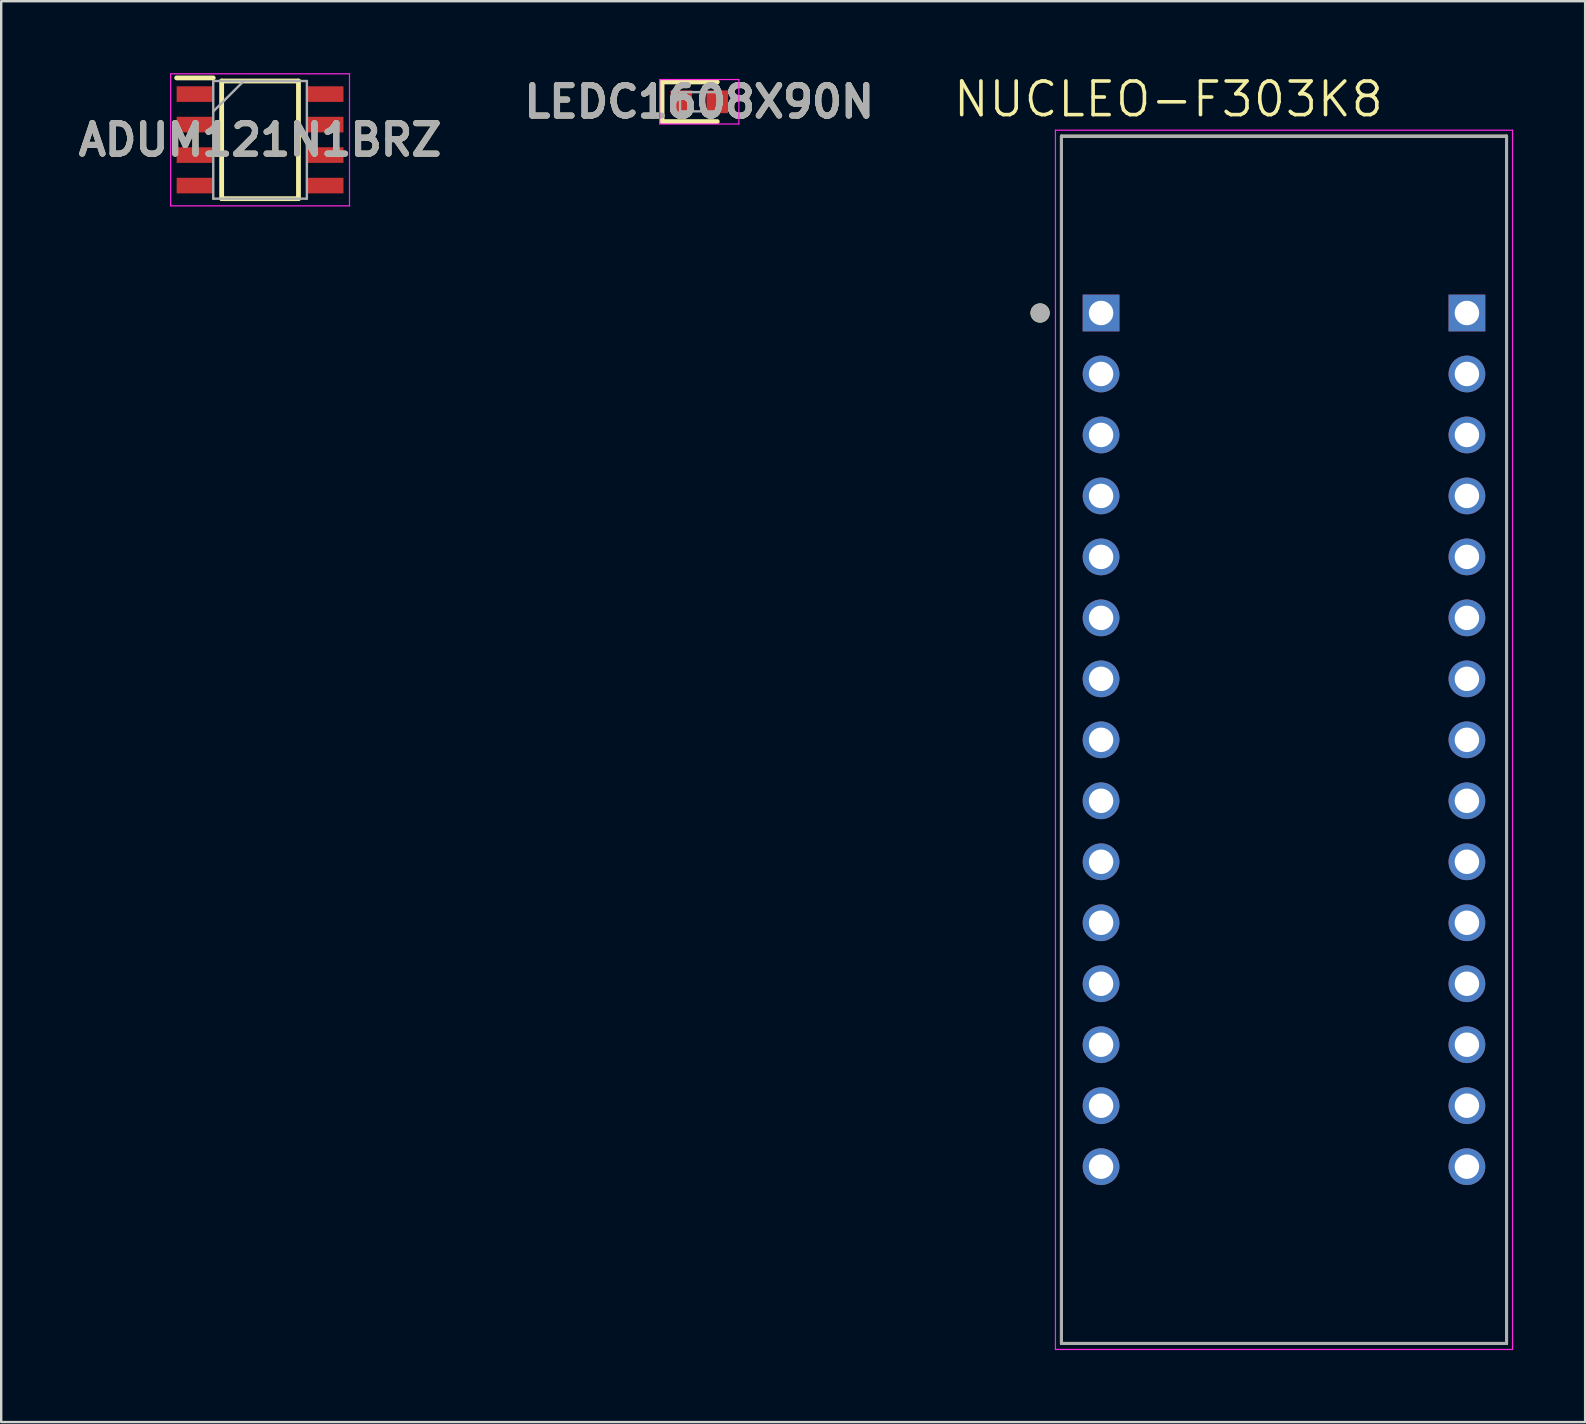
<source format=kicad_pcb>
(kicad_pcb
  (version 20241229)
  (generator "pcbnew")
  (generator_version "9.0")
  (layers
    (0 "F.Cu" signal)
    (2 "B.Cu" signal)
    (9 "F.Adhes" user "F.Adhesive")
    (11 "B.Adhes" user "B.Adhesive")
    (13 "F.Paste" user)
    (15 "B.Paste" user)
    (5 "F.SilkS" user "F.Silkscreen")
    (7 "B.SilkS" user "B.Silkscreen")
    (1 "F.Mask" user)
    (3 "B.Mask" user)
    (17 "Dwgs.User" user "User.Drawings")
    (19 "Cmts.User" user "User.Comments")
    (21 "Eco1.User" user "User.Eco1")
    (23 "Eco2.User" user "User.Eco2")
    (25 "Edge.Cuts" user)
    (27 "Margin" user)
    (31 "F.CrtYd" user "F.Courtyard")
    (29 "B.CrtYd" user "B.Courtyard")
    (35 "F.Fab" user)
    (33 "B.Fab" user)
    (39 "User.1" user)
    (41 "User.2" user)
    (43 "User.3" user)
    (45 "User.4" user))
  (footprint "ADUM121N1BRZ"
    (layer "F.Cu")
    (at 7.783 2.775)
    (property "Reference" "ADUM121N1BRZ" (at 0 0 0) (layer "F.SilkS") (effects (font (size 1.27 1.27) (thickness 0.254))))
    (attr smd)
    (fp_line (start -3.475 -2.58) (end -1.95 -2.58) (stroke (width 0.2) (type solid)) (layer "F.SilkS"))
    (fp_line (start -1.6 -2.45) (end 1.6 -2.45) (stroke (width 0.2) (type solid)) (layer "F.SilkS"))
    (fp_line (start -1.6 2.45) (end -1.6 -2.45) (stroke (width 0.2) (type solid)) (layer "F.SilkS"))
    (fp_line (start 1.6 -2.45) (end 1.6 2.45) (stroke (width 0.2) (type solid)) (layer "F.SilkS"))
    (fp_line (start 1.6 2.45) (end -1.6 2.45) (stroke (width 0.2) (type solid)) (layer "F.SilkS"))
    (fp_line (start -3.725 -2.75) (end 3.725 -2.75) (stroke (width 0.05) (type solid)) (layer "F.CrtYd"))
    (fp_line (start -3.725 2.75) (end -3.725 -2.75) (stroke (width 0.05) (type solid)) (layer "F.CrtYd"))
    (fp_line (start 3.725 -2.75) (end 3.725 2.75) (stroke (width 0.05) (type solid)) (layer "F.CrtYd"))
    (fp_line (start 3.725 2.75) (end -3.725 2.75) (stroke (width 0.05) (type solid)) (layer "F.CrtYd"))
    (fp_line (start -1.95 -2.45) (end 1.95 -2.45) (stroke (width 0.1) (type solid)) (layer "F.Fab"))
    (fp_line (start -1.95 -1.18) (end -0.68 -2.45) (stroke (width 0.1) (type solid)) (layer "F.Fab"))
    (fp_line (start -1.95 2.45) (end -1.95 -2.45) (stroke (width 0.1) (type solid)) (layer "F.Fab"))
    (fp_line (start 1.95 -2.45) (end 1.95 2.45) (stroke (width 0.1) (type solid)) (layer "F.Fab"))
    (fp_line (start 1.95 2.45) (end -1.95 2.45) (stroke (width 0.1) (type solid)) (layer "F.Fab"))
    (fp_text user "${REFERENCE}" (at 0 0 0) (layer "F.Fab") (effects (font (size 1.27 1.27) (thickness 0.254))))
    (pad "1" smd rect (at -2.712 -1.905 90) (size 0.65 1.525) (layers "F.Cu" "F.Mask" "F.Paste"))
    (pad "2" smd rect (at -2.712 -0.635 90) (size 0.65 1.525) (layers "F.Cu" "F.Mask" "F.Paste"))
    (pad "3" smd rect (at -2.712 0.635 90) (size 0.65 1.525) (layers "F.Cu" "F.Mask" "F.Paste"))
    (pad "4" smd rect (at -2.712 1.905 90) (size 0.65 1.525) (layers "F.Cu" "F.Mask" "F.Paste"))
    (pad "5" smd rect (at 2.712 1.905 90) (size 0.65 1.525) (layers "F.Cu" "F.Mask" "F.Paste"))
    (pad "6" smd rect (at 2.712 0.635 90) (size 0.65 1.525) (layers "F.Cu" "F.Mask" "F.Paste"))
    (pad "7" smd rect (at 2.712 -0.635 90) (size 0.65 1.525) (layers "F.Cu" "F.Mask" "F.Paste"))
    (pad "8" smd rect (at 2.712 -1.905 90) (size 0.65 1.525) (layers "F.Cu" "F.Mask" "F.Paste")))
  (footprint "NUCLEO-F303K8"
    (layer "F.Cu")
    (at 50.435 27.768)
    (property "Reference" "NUCLEO-F303K8" (at -4.813 -26.684 0) (layer "F.SilkS") (effects (font (size 1.402 1.402) (thickness 0.15))))
    (attr through_hole)
    (fp_line (start -9.27 -25.145) (end 9.27 -25.145) (stroke (width 0.127) (type solid)) (layer "F.SilkS"))
    (fp_line (start -9.27 25.145) (end -9.27 -25.145) (stroke (width 0.127) (type solid)) (layer "F.SilkS"))
    (fp_line (start 9.27 -25.145) (end 9.27 25.145) (stroke (width 0.127) (type solid)) (layer "F.SilkS"))
    (fp_line (start 9.27 25.145) (end -9.27 25.145) (stroke (width 0.127) (type solid)) (layer "F.SilkS"))
    (fp_circle (center -10.16 -17.78) (end -9.96 -17.78) (stroke (width 0.4) (type solid)) (fill no) (layer "F.SilkS"))
    (fp_line (start -9.52 -25.395) (end 9.52 -25.395) (stroke (width 0.05) (type solid)) (layer "F.CrtYd"))
    (fp_line (start -9.52 25.395) (end -9.52 -25.395) (stroke (width 0.05) (type solid)) (layer "F.CrtYd"))
    (fp_line (start 9.52 -25.395) (end 9.52 25.395) (stroke (width 0.05) (type solid)) (layer "F.CrtYd"))
    (fp_line (start 9.52 25.395) (end -9.52 25.395) (stroke (width 0.05) (type solid)) (layer "F.CrtYd"))
    (fp_line (start -9.27 -25.145) (end 9.27 -25.145) (stroke (width 0.127) (type solid)) (layer "F.Fab"))
    (fp_line (start -9.27 25.145) (end -9.27 -25.145) (stroke (width 0.127) (type solid)) (layer "F.Fab"))
    (fp_line (start 9.27 -25.145) (end 9.27 25.145) (stroke (width 0.127) (type solid)) (layer "F.Fab"))
    (fp_line (start 9.27 25.145) (end -9.27 25.145) (stroke (width 0.127) (type solid)) (layer "F.Fab"))
    (fp_circle (center -10.16 -17.78) (end -9.96 -17.78) (stroke (width 0.4) (type solid)) (fill no) (layer "F.Fab"))
    (pad "3_1" thru_hole rect (at -7.62 -17.78) (size 1.53 1.53) (drill 1.02) (layers "*.Cu" "*.Mask"))
    (pad "3_2" thru_hole circle (at -7.62 -15.24) (size 1.53 1.53) (drill 1.02) (layers "*.Cu" "*.Mask"))
    (pad "3_3" thru_hole circle (at -7.62 -12.7) (size 1.53 1.53) (drill 1.02) (layers "*.Cu" "*.Mask"))
    (pad "3_4" thru_hole circle (at -7.62 -10.16) (size 1.53 1.53) (drill 1.02) (layers "*.Cu" "*.Mask"))
    (pad "3_5" thru_hole circle (at -7.62 -7.62) (size 1.53 1.53) (drill 1.02) (layers "*.Cu" "*.Mask"))
    (pad "3_6" thru_hole circle (at -7.62 -5.08) (size 1.53 1.53) (drill 1.02) (layers "*.Cu" "*.Mask"))
    (pad "3_7" thru_hole circle (at -7.62 -2.54) (size 1.53 1.53) (drill 1.02) (layers "*.Cu" "*.Mask"))
    (pad "3_8" thru_hole circle (at -7.62 0) (size 1.53 1.53) (drill 1.02) (layers "*.Cu" "*.Mask"))
    (pad "3_9" thru_hole circle (at -7.62 2.54) (size 1.53 1.53) (drill 1.02) (layers "*.Cu" "*.Mask"))
    (pad "3_10" thru_hole circle (at -7.62 5.08) (size 1.53 1.53) (drill 1.02) (layers "*.Cu" "*.Mask"))
    (pad "3_11" thru_hole circle (at -7.62 7.62) (size 1.53 1.53) (drill 1.02) (layers "*.Cu" "*.Mask"))
    (pad "3_12" thru_hole circle (at -7.62 10.16) (size 1.53 1.53) (drill 1.02) (layers "*.Cu" "*.Mask"))
    (pad "3_13" thru_hole circle (at -7.62 12.7) (size 1.53 1.53) (drill 1.02) (layers "*.Cu" "*.Mask"))
    (pad "3_14" thru_hole circle (at -7.62 15.24) (size 1.53 1.53) (drill 1.02) (layers "*.Cu" "*.Mask"))
    (pad "3_15" thru_hole circle (at -7.62 17.78) (size 1.53 1.53) (drill 1.02) (layers "*.Cu" "*.Mask"))
    (pad "4_1" thru_hole rect (at 7.62 -17.78) (size 1.53 1.53) (drill 1.02) (layers "*.Cu" "*.Mask"))
    (pad "4_2" thru_hole circle (at 7.62 -15.24) (size 1.53 1.53) (drill 1.02) (layers "*.Cu" "*.Mask"))
    (pad "4_3" thru_hole circle (at 7.62 -12.7) (size 1.53 1.53) (drill 1.02) (layers "*.Cu" "*.Mask"))
    (pad "4_4" thru_hole circle (at 7.62 -10.16) (size 1.53 1.53) (drill 1.02) (layers "*.Cu" "*.Mask"))
    (pad "4_5" thru_hole circle (at 7.62 -7.62) (size 1.53 1.53) (drill 1.02) (layers "*.Cu" "*.Mask"))
    (pad "4_6" thru_hole circle (at 7.62 -5.08) (size 1.53 1.53) (drill 1.02) (layers "*.Cu" "*.Mask"))
    (pad "4_7" thru_hole circle (at 7.62 -2.54) (size 1.53 1.53) (drill 1.02) (layers "*.Cu" "*.Mask"))
    (pad "4_8" thru_hole circle (at 7.62 0) (size 1.53 1.53) (drill 1.02) (layers "*.Cu" "*.Mask"))
    (pad "4_9" thru_hole circle (at 7.62 2.54) (size 1.53 1.53) (drill 1.02) (layers "*.Cu" "*.Mask"))
    (pad "4_10" thru_hole circle (at 7.62 5.08) (size 1.53 1.53) (drill 1.02) (layers "*.Cu" "*.Mask"))
    (pad "4_11" thru_hole circle (at 7.62 7.62) (size 1.53 1.53) (drill 1.02) (layers "*.Cu" "*.Mask"))
    (pad "4_12" thru_hole circle (at 7.62 10.16) (size 1.53 1.53) (drill 1.02) (layers "*.Cu" "*.Mask"))
    (pad "4_13" thru_hole circle (at 7.62 12.7) (size 1.53 1.53) (drill 1.02) (layers "*.Cu" "*.Mask"))
    (pad "4_14" thru_hole circle (at 7.62 15.24) (size 1.53 1.53) (drill 1.02) (layers "*.Cu" "*.Mask"))
    (pad "4_15" thru_hole circle (at 7.62 17.78) (size 1.53 1.53) (drill 1.02) (layers "*.Cu" "*.Mask")))
  (footprint "LEDC1608X90N"
    (layer "F.Cu")
    (at 26.078 1.189)
    (property "Reference" "LEDC1608X90N" (at 0 0 0) (layer "F.SilkS") (effects (font (size 1.27 1.27) (thickness 0.254))))
    (attr smd)
    (fp_line (start -1.55 -0.825) (end -1.55 0.825) (stroke (width 0.2) (type solid)) (layer "F.SilkS"))
    (fp_line (start -1.55 0.825) (end 0.75 0.825) (stroke (width 0.2) (type solid)) (layer "F.SilkS"))
    (fp_line (start 0.75 -0.825) (end -1.55 -0.825) (stroke (width 0.2) (type solid)) (layer "F.SilkS"))
    (fp_line (start -1.65 -0.925) (end 1.65 -0.925) (stroke (width 0.05) (type solid)) (layer "F.CrtYd"))
    (fp_line (start -1.65 0.925) (end -1.65 -0.925) (stroke (width 0.05) (type solid)) (layer "F.CrtYd"))
    (fp_line (start 1.65 -0.925) (end 1.65 0.925) (stroke (width 0.05) (type solid)) (layer "F.CrtYd"))
    (fp_line (start 1.65 0.925) (end -1.65 0.925) (stroke (width 0.05) (type solid)) (layer "F.CrtYd"))
    (fp_line (start -0.8 -0.4) (end 0.8 -0.4) (stroke (width 0.1) (type solid)) (layer "F.Fab"))
    (fp_line (start -0.8 -0.133) (end -0.533 -0.4) (stroke (width 0.1) (type solid)) (layer "F.Fab"))
    (fp_line (start -0.8 0.4) (end -0.8 -0.4) (stroke (width 0.1) (type solid)) (layer "F.Fab"))
    (fp_line (start 0.8 -0.4) (end 0.8 0.4) (stroke (width 0.1) (type solid)) (layer "F.Fab"))
    (fp_line (start 0.8 0.4) (end -0.8 0.4) (stroke (width 0.1) (type solid)) (layer "F.Fab"))
    (fp_text user "${REFERENCE}" (at 0 0 0) (layer "F.Fab") (effects (font (size 1.27 1.27) (thickness 0.254))))
    (pad "1" smd rect (at -0.75 0) (size 0.9 0.95) (layers "F.Cu" "F.Mask" "F.Paste"))
    (pad "2" smd rect (at 0.75 0) (size 0.9 0.95) (layers "F.Cu" "F.Mask" "F.Paste")))
  (gr_rect
    (start -3 -3)
    (end 62.98 56.188)
    (stroke (width 0.1) (type default))
    (fill no)
    (layer "Edge.Cuts")))
</source>
